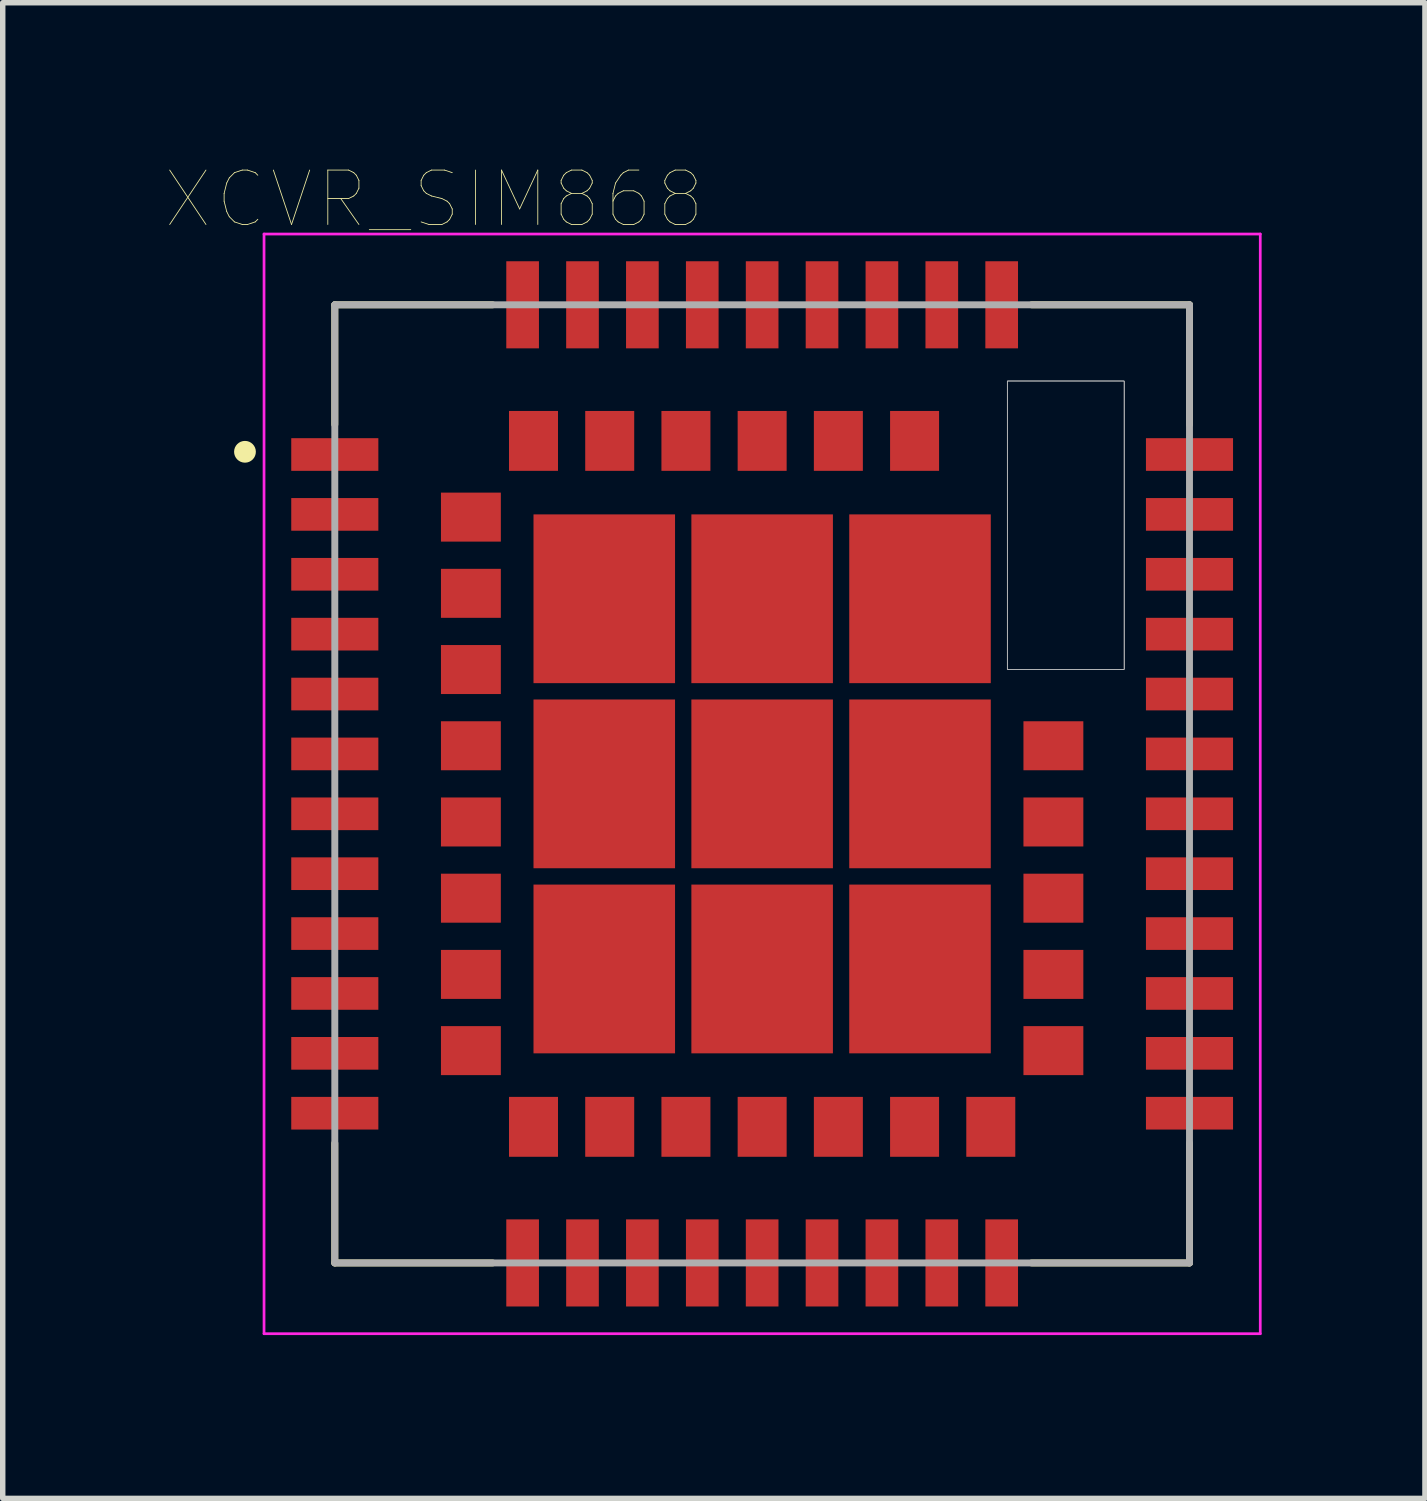
<source format=kicad_pcb>
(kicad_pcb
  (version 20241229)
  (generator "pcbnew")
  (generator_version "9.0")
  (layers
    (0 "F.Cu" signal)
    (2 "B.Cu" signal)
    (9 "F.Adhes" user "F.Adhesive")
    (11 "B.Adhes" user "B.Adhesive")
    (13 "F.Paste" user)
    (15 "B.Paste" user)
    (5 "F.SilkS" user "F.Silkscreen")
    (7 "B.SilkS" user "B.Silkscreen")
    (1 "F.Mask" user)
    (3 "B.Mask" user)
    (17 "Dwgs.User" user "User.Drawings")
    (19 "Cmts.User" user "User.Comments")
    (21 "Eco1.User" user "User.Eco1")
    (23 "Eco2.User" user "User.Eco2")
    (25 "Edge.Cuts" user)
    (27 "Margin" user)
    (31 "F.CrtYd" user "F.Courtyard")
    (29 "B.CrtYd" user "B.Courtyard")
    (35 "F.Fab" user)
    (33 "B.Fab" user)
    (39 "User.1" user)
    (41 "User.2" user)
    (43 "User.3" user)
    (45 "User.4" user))
  (footprint "XCVR_SIM868"
    (layer "F.Cu")
    (at 10.95 11.349)
    (property "Reference" "XCVR_SIM868" (at -6.026 -10.737 0) (layer "F.SilkS") (effects (font (size 1 1) (thickness 0.015))))
    (attr through_hole)
    (fp_line (start -7.85 -8.8) (end -4.95 -8.8) (stroke (width 0.127) (type solid)) (layer "F.SilkS"))
    (fp_line (start -7.85 -6.6) (end -7.85 -8.8) (stroke (width 0.127) (type solid)) (layer "F.SilkS"))
    (fp_line (start -7.85 6.6) (end -7.85 8.8) (stroke (width 0.127) (type solid)) (layer "F.SilkS"))
    (fp_line (start -7.85 8.8) (end -4.95 8.8) (stroke (width 0.127) (type solid)) (layer "F.SilkS"))
    (fp_line (start 4.95 -8.8) (end 7.85 -8.8) (stroke (width 0.127) (type solid)) (layer "F.SilkS"))
    (fp_line (start 4.95 8.8) (end 7.85 8.8) (stroke (width 0.127) (type solid)) (layer "F.SilkS"))
    (fp_line (start 7.85 -8.8) (end 7.85 -6.6) (stroke (width 0.127) (type solid)) (layer "F.SilkS"))
    (fp_line (start 7.85 8.8) (end 7.85 6.6) (stroke (width 0.127) (type solid)) (layer "F.SilkS"))
    (fp_circle (center -9.5 -6.1) (end -9.4 -6.1) (stroke (width 0.2) (type solid)) (fill no) (layer "F.SilkS"))
    (fp_poly (pts (xy -5.776 -3.515) (xy -5.465 -3.515) (xy -5.465 -3.091) (xy -5.776 -3.091)) (stroke (width 0.01) (type solid)) (fill yes) (layer "F.Paste"))
    (fp_poly (pts (xy -5.775 -2.515) (xy -5.465 -2.515) (xy -5.465 -2.089) (xy -5.775 -2.089)) (stroke (width 0.01) (type solid)) (fill yes) (layer "F.Paste"))
    (fp_poly (pts (xy -5.775 -5.315) (xy -5.465 -5.315) (xy -5.465 -4.894) (xy -5.775 -4.894)) (stroke (width 0.01) (type solid)) (fill yes) (layer "F.Paste"))
    (fp_poly (pts (xy -5.775 -3.915) (xy -5.465 -3.915) (xy -5.465 -3.491) (xy -5.775 -3.491)) (stroke (width 0.01) (type solid)) (fill yes) (layer "F.Paste"))
    (fp_poly (pts (xy -5.774 -4.915) (xy -5.465 -4.915) (xy -5.465 -4.492) (xy -5.774 -4.492)) (stroke (width 0.01) (type solid)) (fill yes) (layer "F.Paste"))
    (fp_poly (pts (xy -5.774 -0.715) (xy -5.465 -0.715) (xy -5.465 -0.285) (xy -5.774 -0.285)) (stroke (width 0.01) (type solid)) (fill yes) (layer "F.Paste"))
    (fp_poly (pts (xy -5.773 4.885) (xy -5.465 4.885) (xy -5.465 5.322) (xy -5.773 5.322)) (stroke (width 0.01) (type solid)) (fill yes) (layer "F.Paste"))
    (fp_poly (pts (xy -5.77 4.485) (xy -5.465 4.485) (xy -5.465 4.919) (xy -5.77 4.919)) (stroke (width 0.01) (type solid)) (fill yes) (layer "F.Paste"))
    (fp_poly (pts (xy -5.769 3.085) (xy -5.465 3.085) (xy -5.465 3.517) (xy -5.769 3.517)) (stroke (width 0.01) (type solid)) (fill yes) (layer "F.Paste"))
    (fp_poly (pts (xy -5.768 2.085) (xy -5.465 2.085) (xy -5.465 2.516) (xy -5.768 2.516)) (stroke (width 0.01) (type solid)) (fill yes) (layer "F.Paste"))
    (fp_poly (pts (xy -5.768 0.685) (xy -5.465 0.685) (xy -5.465 1.116) (xy -5.768 1.116)) (stroke (width 0.01) (type solid)) (fill yes) (layer "F.Paste"))
    (fp_poly (pts (xy -5.768 3.485) (xy -5.465 3.485) (xy -5.465 3.917) (xy -5.768 3.917)) (stroke (width 0.01) (type solid)) (fill yes) (layer "F.Paste"))
    (fp_poly (pts (xy -5.767 -2.115) (xy -5.465 -2.115) (xy -5.465 -1.686) (xy -5.767 -1.686)) (stroke (width 0.01) (type solid)) (fill yes) (layer "F.Paste"))
    (fp_poly (pts (xy -5.766 1.685) (xy -5.465 1.685) (xy -5.465 2.115) (xy -5.766 2.115)) (stroke (width 0.01) (type solid)) (fill yes) (layer "F.Paste"))
    (fp_poly (pts (xy -5.766 0.285) (xy -5.465 0.285) (xy -5.465 0.715) (xy -5.766 0.715)) (stroke (width 0.01) (type solid)) (fill yes) (layer "F.Paste"))
    (fp_poly (pts (xy -5.766 -1.115) (xy -5.465 -1.115) (xy -5.465 -0.685) (xy -5.766 -0.685)) (stroke (width 0.01) (type solid)) (fill yes) (layer "F.Paste"))
    (fp_poly (pts (xy -5.244 -4.915) (xy -4.935 -4.915) (xy -4.935 -4.493) (xy -5.244 -4.493)) (stroke (width 0.01) (type solid)) (fill yes) (layer "F.Paste"))
    (fp_poly (pts (xy -5.244 0.285) (xy -4.935 0.285) (xy -4.935 0.716) (xy -5.244 0.716)) (stroke (width 0.01) (type solid)) (fill yes) (layer "F.Paste"))
    (fp_poly (pts (xy -5.244 4.885) (xy -4.935 4.885) (xy -4.935 5.324) (xy -5.244 5.324)) (stroke (width 0.01) (type solid)) (fill yes) (layer "F.Paste"))
    (fp_poly (pts (xy -5.244 -3.915) (xy -4.935 -3.915) (xy -4.935 -3.491) (xy -5.244 -3.491)) (stroke (width 0.01) (type solid)) (fill yes) (layer "F.Paste"))
    (fp_poly (pts (xy -5.244 1.685) (xy -4.935 1.685) (xy -4.935 2.119) (xy -5.244 2.119)) (stroke (width 0.01) (type solid)) (fill yes) (layer "F.Paste"))
    (fp_poly (pts (xy -5.243 0.685) (xy -4.935 0.685) (xy -4.935 1.117) (xy -5.243 1.117)) (stroke (width 0.01) (type solid)) (fill yes) (layer "F.Paste"))
    (fp_poly (pts (xy -5.241 -3.515) (xy -4.935 -3.515) (xy -4.935 -3.089) (xy -5.241 -3.089)) (stroke (width 0.01) (type solid)) (fill yes) (layer "F.Paste"))
    (fp_poly (pts (xy -5.241 2.085) (xy -4.935 2.085) (xy -4.935 2.518) (xy -5.241 2.518)) (stroke (width 0.01) (type solid)) (fill yes) (layer "F.Paste"))
    (fp_poly (pts (xy -5.241 4.485) (xy -4.935 4.485) (xy -4.935 4.92) (xy -5.241 4.92)) (stroke (width 0.01) (type solid)) (fill yes) (layer "F.Paste"))
    (fp_poly (pts (xy -5.241 -1.115) (xy -4.935 -1.115) (xy -4.935 -0.686) (xy -5.241 -0.686)) (stroke (width 0.01) (type solid)) (fill yes) (layer "F.Paste"))
    (fp_poly (pts (xy -5.24 3.085) (xy -4.935 3.085) (xy -4.935 3.519) (xy -5.24 3.519)) (stroke (width 0.01) (type solid)) (fill yes) (layer "F.Paste"))
    (fp_poly (pts (xy -5.239 -5.315) (xy -4.935 -5.315) (xy -4.935 -4.889) (xy -5.239 -4.889)) (stroke (width 0.01) (type solid)) (fill yes) (layer "F.Paste"))
    (fp_poly (pts (xy -5.239 -2.115) (xy -4.935 -2.115) (xy -4.935 -1.686) (xy -5.239 -1.686)) (stroke (width 0.01) (type solid)) (fill yes) (layer "F.Paste"))
    (fp_poly (pts (xy -5.238 -2.515) (xy -4.935 -2.515) (xy -4.935 -2.086) (xy -5.238 -2.086)) (stroke (width 0.01) (type solid)) (fill yes) (layer "F.Paste"))
    (fp_poly (pts (xy -5.237 -0.715) (xy -4.935 -0.715) (xy -4.935 -0.285) (xy -5.237 -0.285)) (stroke (width 0.01) (type solid)) (fill yes) (layer "F.Paste"))
    (fp_poly (pts (xy -5.237 3.485) (xy -4.935 3.485) (xy -4.935 3.917) (xy -5.237 3.917)) (stroke (width 0.01) (type solid)) (fill yes) (layer "F.Paste"))
    (fp_poly (pts (xy -4.555 -6.25) (xy -4.25 -6.25) (xy -4.25 -5.827) (xy -4.555 -5.827)) (stroke (width 0.01) (type solid)) (fill yes) (layer "F.Paste"))
    (fp_poly (pts (xy -4.554 5.82) (xy -4.25 5.82) (xy -4.25 6.256) (xy -4.554 6.256)) (stroke (width 0.01) (type solid)) (fill yes) (layer "F.Paste"))
    (fp_poly (pts (xy -4.554 6.35) (xy -4.25 6.35) (xy -4.25 6.786) (xy -4.554 6.786)) (stroke (width 0.01) (type solid)) (fill yes) (layer "F.Paste"))
    (fp_poly (pts (xy -4.554 -6.78) (xy -4.25 -6.78) (xy -4.25 -6.356) (xy -4.554 -6.356)) (stroke (width 0.01) (type solid)) (fill yes) (layer "F.Paste"))
    (fp_poly (pts (xy -4.156 5.82) (xy -3.85 5.82) (xy -3.85 6.26) (xy -4.156 6.26)) (stroke (width 0.01) (type solid)) (fill yes) (layer "F.Paste"))
    (fp_poly (pts (xy -4.155 -6.25) (xy -3.85 -6.25) (xy -3.85 -5.827) (xy -4.155 -5.827)) (stroke (width 0.01) (type solid)) (fill yes) (layer "F.Paste"))
    (fp_poly (pts (xy -4.153 -6.78) (xy -3.85 -6.78) (xy -3.85 -6.355) (xy -4.153 -6.355)) (stroke (width 0.01) (type solid)) (fill yes) (layer "F.Paste"))
    (fp_poly (pts (xy -4.151 6.35) (xy -3.85 6.35) (xy -3.85 6.782) (xy -4.151 6.782)) (stroke (width 0.01) (type solid)) (fill yes) (layer "F.Paste"))
    (fp_poly (pts (xy -3.907 -1.25) (xy -3.2 -1.25) (xy -3.2 -0.301) (xy -3.907 -0.301)) (stroke (width 0.01) (type solid)) (fill yes) (layer "F.Paste"))
    (fp_poly (pts (xy -3.905 3.7) (xy -3.2 3.7) (xy -3.2 4.656) (xy -3.905 4.656)) (stroke (width 0.01) (type solid)) (fill yes) (layer "F.Paste"))
    (fp_poly (pts (xy -3.905 2.15) (xy -3.2 2.15) (xy -3.2 3.104) (xy -3.905 3.104)) (stroke (width 0.01) (type solid)) (fill yes) (layer "F.Paste"))
    (fp_poly (pts (xy -3.905 -3.1) (xy -3.2 -3.1) (xy -3.2 -2.153) (xy -3.905 -2.153)) (stroke (width 0.01) (type solid)) (fill yes) (layer "F.Paste"))
    (fp_poly (pts (xy -3.904 -4.65) (xy -3.2 -4.65) (xy -3.2 -3.704) (xy -3.904 -3.704)) (stroke (width 0.01) (type solid)) (fill yes) (layer "F.Paste"))
    (fp_poly (pts (xy -3.903 0.3) (xy -3.2 0.3) (xy -3.2 1.251) (xy -3.903 1.251)) (stroke (width 0.01) (type solid)) (fill yes) (layer "F.Paste"))
    (fp_poly (pts (xy -3.155 -6.25) (xy -2.85 -6.25) (xy -2.85 -5.83) (xy -3.155 -5.83)) (stroke (width 0.01) (type solid)) (fill yes) (layer "F.Paste"))
    (fp_poly (pts (xy -3.154 6.35) (xy -2.85 6.35) (xy -2.85 6.788) (xy -3.154 6.788)) (stroke (width 0.01) (type solid)) (fill yes) (layer "F.Paste"))
    (fp_poly (pts (xy -3.153 -6.78) (xy -2.85 -6.78) (xy -2.85 -6.356) (xy -3.153 -6.356)) (stroke (width 0.01) (type solid)) (fill yes) (layer "F.Paste"))
    (fp_poly (pts (xy -3.151 5.82) (xy -2.85 5.82) (xy -2.85 6.252) (xy -3.151 6.252)) (stroke (width 0.01) (type solid)) (fill yes) (layer "F.Paste"))
    (fp_poly (pts (xy -2.754 5.82) (xy -2.45 5.82) (xy -2.45 6.26) (xy -2.754 6.26)) (stroke (width 0.01) (type solid)) (fill yes) (layer "F.Paste"))
    (fp_poly (pts (xy -2.754 6.35) (xy -2.45 6.35) (xy -2.45 6.789) (xy -2.754 6.789)) (stroke (width 0.01) (type solid)) (fill yes) (layer "F.Paste"))
    (fp_poly (pts (xy -2.752 -6.78) (xy -2.45 -6.78) (xy -2.45 -6.355) (xy -2.752 -6.355)) (stroke (width 0.01) (type solid)) (fill yes) (layer "F.Paste"))
    (fp_poly (pts (xy -2.752 -6.25) (xy -2.45 -6.25) (xy -2.45 -5.823) (xy -2.752 -5.823)) (stroke (width 0.01) (type solid)) (fill yes) (layer "F.Paste"))
    (fp_poly (pts (xy -2.604 3.7) (xy -1.9 3.7) (xy -1.9 4.658) (xy -2.604 4.658)) (stroke (width 0.01) (type solid)) (fill yes) (layer "F.Paste"))
    (fp_poly (pts (xy -2.603 -3.1) (xy -1.9 -3.1) (xy -1.9 -2.153) (xy -2.603 -2.153)) (stroke (width 0.01) (type solid)) (fill yes) (layer "F.Paste"))
    (fp_poly (pts (xy -2.602 0.3) (xy -1.9 0.3) (xy -1.9 1.251) (xy -2.602 1.251)) (stroke (width 0.01) (type solid)) (fill yes) (layer "F.Paste"))
    (fp_poly (pts (xy -2.602 -4.65) (xy -1.9 -4.65) (xy -1.9 -3.703) (xy -2.602 -3.703)) (stroke (width 0.01) (type solid)) (fill yes) (layer "F.Paste"))
    (fp_poly (pts (xy -2.6 -1.25) (xy -1.9 -1.25) (xy -1.9 -0.3) (xy -2.6 -0.3)) (stroke (width 0.01) (type solid)) (fill yes) (layer "F.Paste"))
    (fp_poly (pts (xy -2.6 2.15) (xy -1.9 2.15) (xy -1.9 3.1) (xy -2.6 3.1)) (stroke (width 0.01) (type solid)) (fill yes) (layer "F.Paste"))
    (fp_poly (pts (xy -1.753 5.82) (xy -1.45 5.82) (xy -1.45 6.26) (xy -1.753 6.26)) (stroke (width 0.01) (type solid)) (fill yes) (layer "F.Paste"))
    (fp_poly (pts (xy -1.751 -6.25) (xy -1.45 -6.25) (xy -1.45 -5.823) (xy -1.751 -5.823)) (stroke (width 0.01) (type solid)) (fill yes) (layer "F.Paste"))
    (fp_poly (pts (xy -1.751 -6.78) (xy -1.45 -6.78) (xy -1.45 -6.352) (xy -1.751 -6.352)) (stroke (width 0.01) (type solid)) (fill yes) (layer "F.Paste"))
    (fp_poly (pts (xy -1.75 6.35) (xy -1.45 6.35) (xy -1.45 6.782) (xy -1.75 6.782)) (stroke (width 0.01) (type solid)) (fill yes) (layer "F.Paste"))
    (fp_poly (pts (xy -1.353 -6.78) (xy -1.05 -6.78) (xy -1.05 -6.363) (xy -1.353 -6.363)) (stroke (width 0.01) (type solid)) (fill yes) (layer "F.Paste"))
    (fp_poly (pts (xy -1.352 5.82) (xy -1.05 5.82) (xy -1.05 6.259) (xy -1.352 6.259)) (stroke (width 0.01) (type solid)) (fill yes) (layer "F.Paste"))
    (fp_poly (pts (xy -1.351 6.35) (xy -1.05 6.35) (xy -1.05 6.788) (xy -1.351 6.788)) (stroke (width 0.01) (type solid)) (fill yes) (layer "F.Paste"))
    (fp_poly (pts (xy -1.351 -6.25) (xy -1.05 -6.25) (xy -1.05 -5.824) (xy -1.351 -5.824)) (stroke (width 0.01) (type solid)) (fill yes) (layer "F.Paste"))
    (fp_poly (pts (xy -1.002 -1.25) (xy -0.3 -1.25) (xy -0.3 -0.301) (xy -1.002 -0.301)) (stroke (width 0.01) (type solid)) (fill yes) (layer "F.Paste"))
    (fp_poly (pts (xy -1.002 2.15) (xy -0.3 2.15) (xy -0.3 3.105) (xy -1.002 3.105)) (stroke (width 0.01) (type solid)) (fill yes) (layer "F.Paste"))
    (fp_poly (pts (xy -1.001 3.7) (xy -0.3 3.7) (xy -0.3 4.655) (xy -1.001 4.655)) (stroke (width 0.01) (type solid)) (fill yes) (layer "F.Paste"))
    (fp_poly (pts (xy -1.001 -4.65) (xy -0.3 -4.65) (xy -0.3 -3.704) (xy -1.001 -3.704)) (stroke (width 0.01) (type solid)) (fill yes) (layer "F.Paste"))
    (fp_poly (pts (xy -1.001 0.3) (xy -0.3 0.3) (xy -0.3 1.251) (xy -1.001 1.251)) (stroke (width 0.01) (type solid)) (fill yes) (layer "F.Paste"))
    (fp_poly (pts (xy -1.001 -3.1) (xy -0.3 -3.1) (xy -0.3 -2.151) (xy -1.001 -2.151)) (stroke (width 0.01) (type solid)) (fill yes) (layer "F.Paste"))
    (fp_poly (pts (xy -0.351 -6.25) (xy -0.05 -6.25) (xy -0.05 -5.83) (xy -0.351 -5.83)) (stroke (width 0.01) (type solid)) (fill yes) (layer "F.Paste"))
    (fp_poly (pts (xy -0.35 -6.78) (xy -0.05 -6.78) (xy -0.05 -6.351) (xy -0.35 -6.351)) (stroke (width 0.01) (type solid)) (fill yes) (layer "F.Paste"))
    (fp_poly (pts (xy -0.35 5.82) (xy -0.05 5.82) (xy -0.05 6.251) (xy -0.35 6.251)) (stroke (width 0.01) (type solid)) (fill yes) (layer "F.Paste"))
    (fp_poly (pts (xy -0.35 6.35) (xy -0.05 6.35) (xy -0.05 6.781) (xy -0.35 6.781)) (stroke (width 0.01) (type solid)) (fill yes) (layer "F.Paste"))
    (fp_poly (pts (xy 0.05 -6.78) (xy 0.35 -6.78) (xy 0.35 -6.353) (xy 0.05 -6.353)) (stroke (width 0.01) (type solid)) (fill yes) (layer "F.Paste"))
    (fp_poly (pts (xy 0.05 5.82) (xy 0.35 5.82) (xy 0.35 6.254) (xy 0.05 6.254)) (stroke (width 0.01) (type solid)) (fill yes) (layer "F.Paste"))
    (fp_poly (pts (xy 0.05 -6.25) (xy 0.35 -6.25) (xy 0.35 -5.829) (xy 0.05 -5.829)) (stroke (width 0.01) (type solid)) (fill yes) (layer "F.Paste"))
    (fp_poly (pts (xy 0.05 6.35) (xy 0.35 6.35) (xy 0.35 6.791) (xy 0.05 6.791)) (stroke (width 0.01) (type solid)) (fill yes) (layer "F.Paste"))
    (fp_poly (pts (xy 0.3 0.3) (xy 1 0.3) (xy 1 1.25) (xy 0.3 1.25)) (stroke (width 0.01) (type solid)) (fill yes) (layer "F.Paste"))
    (fp_poly (pts (xy 0.3 3.7) (xy 1 3.7) (xy 1 4.651) (xy 0.3 4.651)) (stroke (width 0.01) (type solid)) (fill yes) (layer "F.Paste"))
    (fp_poly (pts (xy 0.3 -4.65) (xy 1 -4.65) (xy 1 -3.704) (xy 0.3 -3.704)) (stroke (width 0.01) (type solid)) (fill yes) (layer "F.Paste"))
    (fp_poly (pts (xy 0.3 -1.25) (xy 1 -1.25) (xy 1 -0.3) (xy 0.3 -0.3)) (stroke (width 0.01) (type solid)) (fill yes) (layer "F.Paste"))
    (fp_poly (pts (xy 0.3 2.15) (xy 1 2.15) (xy 1 3.105) (xy 0.3 3.105)) (stroke (width 0.01) (type solid)) (fill yes) (layer "F.Paste"))
    (fp_poly (pts (xy 0.301 -3.1) (xy 1 -3.1) (xy 1 -2.154) (xy 0.301 -2.154)) (stroke (width 0.01) (type solid)) (fill yes) (layer "F.Paste"))
    (fp_poly (pts (xy 1.05 -6.25) (xy 1.35 -6.25) (xy 1.35 -5.821) (xy 1.05 -5.821)) (stroke (width 0.01) (type solid)) (fill yes) (layer "F.Paste"))
    (fp_poly (pts (xy 1.05 5.82) (xy 1.35 5.82) (xy 1.35 6.252) (xy 1.05 6.252)) (stroke (width 0.01) (type solid)) (fill yes) (layer "F.Paste"))
    (fp_poly (pts (xy 1.051 -6.78) (xy 1.35 -6.78) (xy 1.35 -6.356) (xy 1.051 -6.356)) (stroke (width 0.01) (type solid)) (fill yes) (layer "F.Paste"))
    (fp_poly (pts (xy 1.051 6.35) (xy 1.35 6.35) (xy 1.35 6.787) (xy 1.051 6.787)) (stroke (width 0.01) (type solid)) (fill yes) (layer "F.Paste"))
    (fp_poly (pts (xy 1.451 6.35) (xy 1.75 6.35) (xy 1.75 6.785) (xy 1.451 6.785)) (stroke (width 0.01) (type solid)) (fill yes) (layer "F.Paste"))
    (fp_poly (pts (xy 1.451 -6.78) (xy 1.75 -6.78) (xy 1.75 -6.355) (xy 1.451 -6.355)) (stroke (width 0.01) (type solid)) (fill yes) (layer "F.Paste"))
    (fp_poly (pts (xy 1.452 5.82) (xy 1.75 5.82) (xy 1.75 6.257) (xy 1.452 6.257)) (stroke (width 0.01) (type solid)) (fill yes) (layer "F.Paste"))
    (fp_poly (pts (xy 1.452 -6.25) (xy 1.75 -6.25) (xy 1.75 -5.83) (xy 1.452 -5.83)) (stroke (width 0.01) (type solid)) (fill yes) (layer "F.Paste"))
    (fp_poly (pts (xy 1.9 2.15) (xy 2.6 2.15) (xy 2.6 3.1) (xy 1.9 3.1)) (stroke (width 0.01) (type solid)) (fill yes) (layer "F.Paste"))
    (fp_poly (pts (xy 1.902 -4.65) (xy 2.6 -4.65) (xy 2.6 -3.704) (xy 1.902 -3.704)) (stroke (width 0.01) (type solid)) (fill yes) (layer "F.Paste"))
    (fp_poly (pts (xy 1.902 -3.1) (xy 2.6 -3.1) (xy 2.6 -2.153) (xy 1.902 -2.153)) (stroke (width 0.01) (type solid)) (fill yes) (layer "F.Paste"))
    (fp_poly (pts (xy 1.903 0.3) (xy 2.6 0.3) (xy 2.6 1.252) (xy 1.903 1.252)) (stroke (width 0.01) (type solid)) (fill yes) (layer "F.Paste"))
    (fp_poly (pts (xy 1.903 3.7) (xy 2.6 3.7) (xy 2.6 4.657) (xy 1.903 4.657)) (stroke (width 0.01) (type solid)) (fill yes) (layer "F.Paste"))
    (fp_poly (pts (xy 1.903 -1.25) (xy 2.6 -1.25) (xy 2.6 -0.3) (xy 1.903 -0.3)) (stroke (width 0.01) (type solid)) (fill yes) (layer "F.Paste"))
    (fp_poly (pts (xy 2.452 5.82) (xy 2.75 5.82) (xy 2.75 6.254) (xy 2.452 6.254)) (stroke (width 0.01) (type solid)) (fill yes) (layer "F.Paste"))
    (fp_poly (pts (xy 2.453 -6.78) (xy 2.75 -6.78) (xy 2.75 -6.358) (xy 2.453 -6.358)) (stroke (width 0.01) (type solid)) (fill yes) (layer "F.Paste"))
    (fp_poly (pts (xy 2.453 -6.25) (xy 2.75 -6.25) (xy 2.75 -5.828) (xy 2.453 -5.828)) (stroke (width 0.01) (type solid)) (fill yes) (layer "F.Paste"))
    (fp_poly (pts (xy 2.454 6.35) (xy 2.75 6.35) (xy 2.75 6.792) (xy 2.454 6.792)) (stroke (width 0.01) (type solid)) (fill yes) (layer "F.Paste"))
    (fp_poly (pts (xy 2.85 5.82) (xy 3.15 5.82) (xy 3.15 6.251) (xy 2.85 6.251)) (stroke (width 0.01) (type solid)) (fill yes) (layer "F.Paste"))
    (fp_poly (pts (xy 2.85 6.35) (xy 3.15 6.35) (xy 3.15 6.781) (xy 2.85 6.781)) (stroke (width 0.01) (type solid)) (fill yes) (layer "F.Paste"))
    (fp_poly (pts (xy 2.853 -6.78) (xy 3.15 -6.78) (xy 3.15 -6.356) (xy 2.853 -6.356)) (stroke (width 0.01) (type solid)) (fill yes) (layer "F.Paste"))
    (fp_poly (pts (xy 2.854 -6.25) (xy 3.15 -6.25) (xy 3.15 -5.829) (xy 2.854 -5.829)) (stroke (width 0.01) (type solid)) (fill yes) (layer "F.Paste"))
    (fp_poly (pts (xy 3.202 3.7) (xy 3.9 3.7) (xy 3.9 4.653) (xy 3.202 4.653)) (stroke (width 0.01) (type solid)) (fill yes) (layer "F.Paste"))
    (fp_poly (pts (xy 3.202 -3.1) (xy 3.9 -3.1) (xy 3.9 -2.151) (xy 3.202 -2.151)) (stroke (width 0.01) (type solid)) (fill yes) (layer "F.Paste"))
    (fp_poly (pts (xy 3.203 2.15) (xy 3.9 2.15) (xy 3.9 3.103) (xy 3.203 3.103)) (stroke (width 0.01) (type solid)) (fill yes) (layer "F.Paste"))
    (fp_poly (pts (xy 3.204 -1.25) (xy 3.9 -1.25) (xy 3.9 -0.3) (xy 3.204 -0.3)) (stroke (width 0.01) (type solid)) (fill yes) (layer "F.Paste"))
    (fp_poly (pts (xy 3.205 -4.65) (xy 3.9 -4.65) (xy 3.9 -3.705) (xy 3.205 -3.705)) (stroke (width 0.01) (type solid)) (fill yes) (layer "F.Paste"))
    (fp_poly (pts (xy 3.206 0.3) (xy 3.9 0.3) (xy 3.9 1.252) (xy 3.206 1.252)) (stroke (width 0.01) (type solid)) (fill yes) (layer "F.Paste"))
    (fp_poly (pts (xy 3.851 6.35) (xy 4.15 6.35) (xy 4.15 6.781) (xy 3.851 6.781)) (stroke (width 0.01) (type solid)) (fill yes) (layer "F.Paste"))
    (fp_poly (pts (xy 3.851 5.82) (xy 4.15 5.82) (xy 4.15 6.252) (xy 3.851 6.252)) (stroke (width 0.01) (type solid)) (fill yes) (layer "F.Paste"))
    (fp_poly (pts (xy 4.251 6.35) (xy 4.55 6.35) (xy 4.55 6.782) (xy 4.251 6.782)) (stroke (width 0.01) (type solid)) (fill yes) (layer "F.Paste"))
    (fp_poly (pts (xy 4.258 5.82) (xy 4.55 5.82) (xy 4.55 6.261) (xy 4.258 6.261)) (stroke (width 0.01) (type solid)) (fill yes) (layer "F.Paste"))
    (fp_poly (pts (xy 4.936 3.085) (xy 5.235 3.085) (xy 5.235 3.516) (xy 4.936 3.516)) (stroke (width 0.01) (type solid)) (fill yes) (layer "F.Paste"))
    (fp_poly (pts (xy 4.937 1.685) (xy 5.235 1.685) (xy 5.235 2.116) (xy 4.937 2.116)) (stroke (width 0.01) (type solid)) (fill yes) (layer "F.Paste"))
    (fp_poly (pts (xy 4.937 -0.715) (xy 5.235 -0.715) (xy 5.235 -0.285) (xy 4.937 -0.285)) (stroke (width 0.01) (type solid)) (fill yes) (layer "F.Paste"))
    (fp_poly (pts (xy 4.937 -1.115) (xy 5.235 -1.115) (xy 5.235 -0.685) (xy 4.937 -0.685)) (stroke (width 0.01) (type solid)) (fill yes) (layer "F.Paste"))
    (fp_poly (pts (xy 4.94 0.285) (xy 5.235 0.285) (xy 5.235 0.716) (xy 4.94 0.716)) (stroke (width 0.01) (type solid)) (fill yes) (layer "F.Paste"))
    (fp_poly (pts (xy 4.941 4.485) (xy 5.235 4.485) (xy 5.235 4.921) (xy 4.941 4.921)) (stroke (width 0.01) (type solid)) (fill yes) (layer "F.Paste"))
    (fp_poly (pts (xy 4.942 2.085) (xy 5.235 2.085) (xy 5.235 2.519) (xy 4.942 2.519)) (stroke (width 0.01) (type solid)) (fill yes) (layer "F.Paste"))
    (fp_poly (pts (xy 4.943 0.685) (xy 5.235 0.685) (xy 5.235 1.117) (xy 4.943 1.117)) (stroke (width 0.01) (type solid)) (fill yes) (layer "F.Paste"))
    (fp_poly (pts (xy 4.943 3.485) (xy 5.235 3.485) (xy 5.235 3.922) (xy 4.943 3.922)) (stroke (width 0.01) (type solid)) (fill yes) (layer "F.Paste"))
    (fp_poly (pts (xy 4.944 4.885) (xy 5.235 4.885) (xy 5.235 5.325) (xy 4.944 5.325)) (stroke (width 0.01) (type solid)) (fill yes) (layer "F.Paste"))
    (fp_poly (pts (xy 5.467 0.685) (xy 5.765 0.685) (xy 5.765 1.115) (xy 5.467 1.115)) (stroke (width 0.01) (type solid)) (fill yes) (layer "F.Paste"))
    (fp_poly (pts (xy 5.467 -1.115) (xy 5.765 -1.115) (xy 5.765 -0.685) (xy 5.467 -0.685)) (stroke (width 0.01) (type solid)) (fill yes) (layer "F.Paste"))
    (fp_poly (pts (xy 5.468 1.685) (xy 5.765 1.685) (xy 5.765 2.116) (xy 5.468 2.116)) (stroke (width 0.01) (type solid)) (fill yes) (layer "F.Paste"))
    (fp_poly (pts (xy 5.468 0.285) (xy 5.765 0.285) (xy 5.765 0.715) (xy 5.468 0.715)) (stroke (width 0.01) (type solid)) (fill yes) (layer "F.Paste"))
    (fp_poly (pts (xy 5.469 4.885) (xy 5.765 4.885) (xy 5.765 5.319) (xy 5.469 5.319)) (stroke (width 0.01) (type solid)) (fill yes) (layer "F.Paste"))
    (fp_poly (pts (xy 5.47 3.085) (xy 5.765 3.085) (xy 5.765 3.518) (xy 5.47 3.518)) (stroke (width 0.01) (type solid)) (fill yes) (layer "F.Paste"))
    (fp_poly (pts (xy 5.472 2.085) (xy 5.765 2.085) (xy 5.765 2.518) (xy 5.472 2.518)) (stroke (width 0.01) (type solid)) (fill yes) (layer "F.Paste"))
    (fp_poly (pts (xy 5.473 3.485) (xy 5.765 3.485) (xy 5.765 3.921) (xy 5.473 3.921)) (stroke (width 0.01) (type solid)) (fill yes) (layer "F.Paste"))
    (fp_poly (pts (xy 5.475 4.485) (xy 5.765 4.485) (xy 5.765 4.924) (xy 5.475 4.924)) (stroke (width 0.01) (type solid)) (fill yes) (layer "F.Paste"))
    (fp_poly (pts (xy 5.476 -0.715) (xy 5.765 -0.715) (xy 5.765 -0.286) (xy 5.476 -0.286)) (stroke (width 0.01) (type solid)) (fill yes) (layer "F.Paste"))
    (fp_poly (pts (xy 4.502 -7.4) (xy 6.65 -7.4) (xy 6.65 -2.101) (xy 4.502 -2.101)) (stroke (width 0.01) (type solid)) (fill no) (layer "Dwgs.User"))
    (fp_poly (pts (xy 4.504 -7.4) (xy 6.65 -7.4) (xy 6.65 -2.102) (xy 4.504 -2.102)) (stroke (width 0.01) (type solid)) (fill no) (layer "Dwgs.User"))
    (fp_poly (pts (xy 4.508 -7.4) (xy 6.65 -7.4) (xy 6.65 -2.104) (xy 4.508 -2.104)) (stroke (width 0.01) (type solid)) (fill no) (layer "Dwgs.User"))
    (fp_line (start -9.15 -10.1) (end 9.15 -10.1) (stroke (width 0.05) (type solid)) (layer "F.CrtYd"))
    (fp_line (start -9.15 10.1) (end -9.15 -10.1) (stroke (width 0.05) (type solid)) (layer "F.CrtYd"))
    (fp_line (start 9.15 -10.1) (end 9.15 10.1) (stroke (width 0.05) (type solid)) (layer "F.CrtYd"))
    (fp_line (start 9.15 10.1) (end -9.15 10.1) (stroke (width 0.05) (type solid)) (layer "F.CrtYd"))
    (fp_line (start -7.85 -8.8) (end 7.85 -8.8) (stroke (width 0.127) (type solid)) (layer "F.Fab"))
    (fp_line (start -7.85 8.8) (end -7.85 -8.8) (stroke (width 0.127) (type solid)) (layer "F.Fab"))
    (fp_line (start 7.85 -8.8) (end 7.85 8.8) (stroke (width 0.127) (type solid)) (layer "F.Fab"))
    (fp_line (start 7.85 8.8) (end -7.85 8.8) (stroke (width 0.127) (type solid)) (layer "F.Fab"))
    (pad "1" smd rect (at -7.85 -6.05) (size 1.6 0.6) (layers "F.Cu" "F.Mask" "F.Paste"))
    (pad "2" smd rect (at -7.85 -4.95) (size 1.6 0.6) (layers "F.Cu" "F.Mask" "F.Paste"))
    (pad "3" smd rect (at -7.85 -3.85) (size 1.6 0.6) (layers "F.Cu" "F.Mask" "F.Paste"))
    (pad "4" smd rect (at -7.85 -2.75) (size 1.6 0.6) (layers "F.Cu" "F.Mask" "F.Paste"))
    (pad "5" smd rect (at -7.85 -1.65) (size 1.6 0.6) (layers "F.Cu" "F.Mask" "F.Paste"))
    (pad "6" smd rect (at -7.85 -0.55) (size 1.6 0.6) (layers "F.Cu" "F.Mask" "F.Paste"))
    (pad "7" smd rect (at -7.85 0.55) (size 1.6 0.6) (layers "F.Cu" "F.Mask" "F.Paste"))
    (pad "8" smd rect (at -7.85 1.65) (size 1.6 0.6) (layers "F.Cu" "F.Mask" "F.Paste"))
    (pad "9" smd rect (at -7.85 2.75) (size 1.6 0.6) (layers "F.Cu" "F.Mask" "F.Paste"))
    (pad "10" smd rect (at -7.85 3.85) (size 1.6 0.6) (layers "F.Cu" "F.Mask" "F.Paste"))
    (pad "11" smd rect (at -7.85 4.95) (size 1.6 0.6) (layers "F.Cu" "F.Mask" "F.Paste"))
    (pad "12" smd rect (at -7.85 6.05) (size 1.6 0.6) (layers "F.Cu" "F.Mask" "F.Paste"))
    (pad "13" smd rect (at -4.4 8.8) (size 0.6 1.6) (layers "F.Cu" "F.Mask" "F.Paste"))
    (pad "14" smd rect (at -3.3 8.8) (size 0.6 1.6) (layers "F.Cu" "F.Mask" "F.Paste"))
    (pad "15" smd rect (at -2.2 8.8) (size 0.6 1.6) (layers "F.Cu" "F.Mask" "F.Paste"))
    (pad "16" smd rect (at -1.1 8.8) (size 0.6 1.6) (layers "F.Cu" "F.Mask" "F.Paste"))
    (pad "17" smd rect (at 0 8.8) (size 0.6 1.6) (layers "F.Cu" "F.Mask" "F.Paste"))
    (pad "18" smd rect (at 1.1 8.8) (size 0.6 1.6) (layers "F.Cu" "F.Mask" "F.Paste"))
    (pad "19" smd rect (at 2.2 8.8) (size 0.6 1.6) (layers "F.Cu" "F.Mask" "F.Paste"))
    (pad "20" smd rect (at 3.3 8.8) (size 0.6 1.6) (layers "F.Cu" "F.Mask" "F.Paste"))
    (pad "21" smd rect (at 4.4 8.8) (size 0.6 1.6) (layers "F.Cu" "F.Mask" "F.Paste"))
    (pad "22" smd rect (at 7.85 6.05) (size 1.6 0.6) (layers "F.Cu" "F.Mask" "F.Paste"))
    (pad "23" smd rect (at 7.85 4.95) (size 1.6 0.6) (layers "F.Cu" "F.Mask" "F.Paste"))
    (pad "24" smd rect (at 7.85 3.85) (size 1.6 0.6) (layers "F.Cu" "F.Mask" "F.Paste"))
    (pad "25" smd rect (at 7.85 2.75) (size 1.6 0.6) (layers "F.Cu" "F.Mask" "F.Paste"))
    (pad "26" smd rect (at 7.85 1.65) (size 1.6 0.6) (layers "F.Cu" "F.Mask" "F.Paste"))
    (pad "27" smd rect (at 7.85 0.55) (size 1.6 0.6) (layers "F.Cu" "F.Mask" "F.Paste"))
    (pad "28" smd rect (at 7.85 -0.55) (size 1.6 0.6) (layers "F.Cu" "F.Mask" "F.Paste"))
    (pad "29" smd rect (at 7.85 -1.65) (size 1.6 0.6) (layers "F.Cu" "F.Mask" "F.Paste"))
    (pad "30" smd rect (at 7.85 -2.75) (size 1.6 0.6) (layers "F.Cu" "F.Mask" "F.Paste"))
    (pad "31" smd rect (at 7.85 -3.85) (size 1.6 0.6) (layers "F.Cu" "F.Mask" "F.Paste"))
    (pad "32" smd rect (at 7.85 -4.95) (size 1.6 0.6) (layers "F.Cu" "F.Mask" "F.Paste"))
    (pad "33" smd rect (at 7.85 -6.05) (size 1.6 0.6) (layers "F.Cu" "F.Mask" "F.Paste"))
    (pad "34" smd rect (at 4.4 -8.8) (size 0.6 1.6) (layers "F.Cu" "F.Mask" "F.Paste"))
    (pad "35" smd rect (at 3.3 -8.8) (size 0.6 1.6) (layers "F.Cu" "F.Mask" "F.Paste"))
    (pad "36" smd rect (at 2.2 -8.8) (size 0.6 1.6) (layers "F.Cu" "F.Mask" "F.Paste"))
    (pad "37" smd rect (at 1.1 -8.8) (size 0.6 1.6) (layers "F.Cu" "F.Mask" "F.Paste"))
    (pad "38" smd rect (at 0 -8.8) (size 0.6 1.6) (layers "F.Cu" "F.Mask" "F.Paste"))
    (pad "39" smd rect (at -1.1 -8.8) (size 0.6 1.6) (layers "F.Cu" "F.Mask" "F.Paste"))
    (pad "40" smd rect (at -2.2 -8.8) (size 0.6 1.6) (layers "F.Cu" "F.Mask" "F.Paste"))
    (pad "41" smd rect (at -3.3 -8.8) (size 0.6 1.6) (layers "F.Cu" "F.Mask" "F.Paste"))
    (pad "42" smd rect (at -4.4 -8.8) (size 0.6 1.6) (layers "F.Cu" "F.Mask" "F.Paste"))
    (pad "43" smd rect (at -5.35 -4.9) (size 1.1 0.9) (layers "F.Cu" "F.Mask"))
    (pad "44" smd rect (at -5.35 -3.5) (size 1.1 0.9) (layers "F.Cu" "F.Mask"))
    (pad "45" smd rect (at -5.35 -2.1) (size 1.1 0.9) (layers "F.Cu" "F.Mask"))
    (pad "46" smd rect (at -5.35 -0.7) (size 1.1 0.9) (layers "F.Cu" "F.Mask"))
    (pad "47" smd rect (at -5.35 0.7) (size 1.1 0.9) (layers "F.Cu" "F.Mask"))
    (pad "48" smd rect (at -5.35 2.1) (size 1.1 0.9) (layers "F.Cu" "F.Mask"))
    (pad "49" smd rect (at -5.35 3.5) (size 1.1 0.9) (layers "F.Cu" "F.Mask"))
    (pad "50" smd rect (at -5.35 4.9) (size 1.1 0.9) (layers "F.Cu" "F.Mask"))
    (pad "51" smd rect (at -4.2 6.3) (size 0.9 1.1) (layers "F.Cu" "F.Mask"))
    (pad "52" smd rect (at -2.8 6.3) (size 0.9 1.1) (layers "F.Cu" "F.Mask"))
    (pad "53" smd rect (at -1.4 6.3) (size 0.9 1.1) (layers "F.Cu" "F.Mask"))
    (pad "54" smd rect (at 0 6.3) (size 0.9 1.1) (layers "F.Cu" "F.Mask"))
    (pad "55" smd rect (at 1.4 6.3) (size 0.9 1.1) (layers "F.Cu" "F.Mask"))
    (pad "56" smd rect (at 2.8 6.3) (size 0.9 1.1) (layers "F.Cu" "F.Mask"))
    (pad "57" smd rect (at 4.2 6.3) (size 0.9 1.1) (layers "F.Cu" "F.Mask"))
    (pad "58" smd rect (at 5.35 4.9) (size 1.1 0.9) (layers "F.Cu" "F.Mask"))
    (pad "59" smd rect (at 5.35 3.5) (size 1.1 0.9) (layers "F.Cu" "F.Mask"))
    (pad "60" smd rect (at 5.35 2.1) (size 1.1 0.9) (layers "F.Cu" "F.Mask"))
    (pad "61" smd rect (at 5.35 0.7) (size 1.1 0.9) (layers "F.Cu" "F.Mask"))
    (pad "62" smd rect (at 5.35 -0.7) (size 1.1 0.9) (layers "F.Cu" "F.Mask"))
    (pad "63" smd rect (at 2.8 -6.3) (size 0.9 1.1) (layers "F.Cu" "F.Mask"))
    (pad "64" smd rect (at 1.4 -6.3) (size 0.9 1.1) (layers "F.Cu" "F.Mask"))
    (pad "65" smd rect (at 0 -6.3) (size 0.9 1.1) (layers "F.Cu" "F.Mask"))
    (pad "66" smd rect (at -1.4 -6.3) (size 0.9 1.1) (layers "F.Cu" "F.Mask"))
    (pad "67" smd rect (at -2.8 -6.3) (size 0.9 1.1) (layers "F.Cu" "F.Mask"))
    (pad "68" smd rect (at -4.2 -6.3) (size 0.9 1.1) (layers "F.Cu" "F.Mask"))
    (pad "69" smd rect (at -2.9 -3.4) (size 2.6 3.1) (layers "F.Cu" "F.Mask"))
    (pad "70" smd rect (at -2.9 0) (size 2.6 3.1) (layers "F.Cu" "F.Mask"))
    (pad "71" smd rect (at -2.9 3.4) (size 2.6 3.1) (layers "F.Cu" "F.Mask"))
    (pad "72" smd rect (at 0 3.4) (size 2.6 3.1) (layers "F.Cu" "F.Mask"))
    (pad "73" smd rect (at 2.9 3.4) (size 2.6 3.1) (layers "F.Cu" "F.Mask"))
    (pad "74" smd rect (at 2.9 0) (size 2.6 3.1) (layers "F.Cu" "F.Mask"))
    (pad "75" smd rect (at 2.9 -3.4) (size 2.6 3.1) (layers "F.Cu" "F.Mask"))
    (pad "76" smd rect (at 0 -3.4) (size 2.6 3.1) (layers "F.Cu" "F.Mask"))
    (pad "77" smd rect (at 0 0) (size 2.6 3.1) (layers "F.Cu" "F.Mask")))
  (gr_rect
    (start -3 -3)
    (end 23.125 24.474)
    (stroke (width 0.1) (type default))
    (fill no)
    (layer "Edge.Cuts")))
</source>
